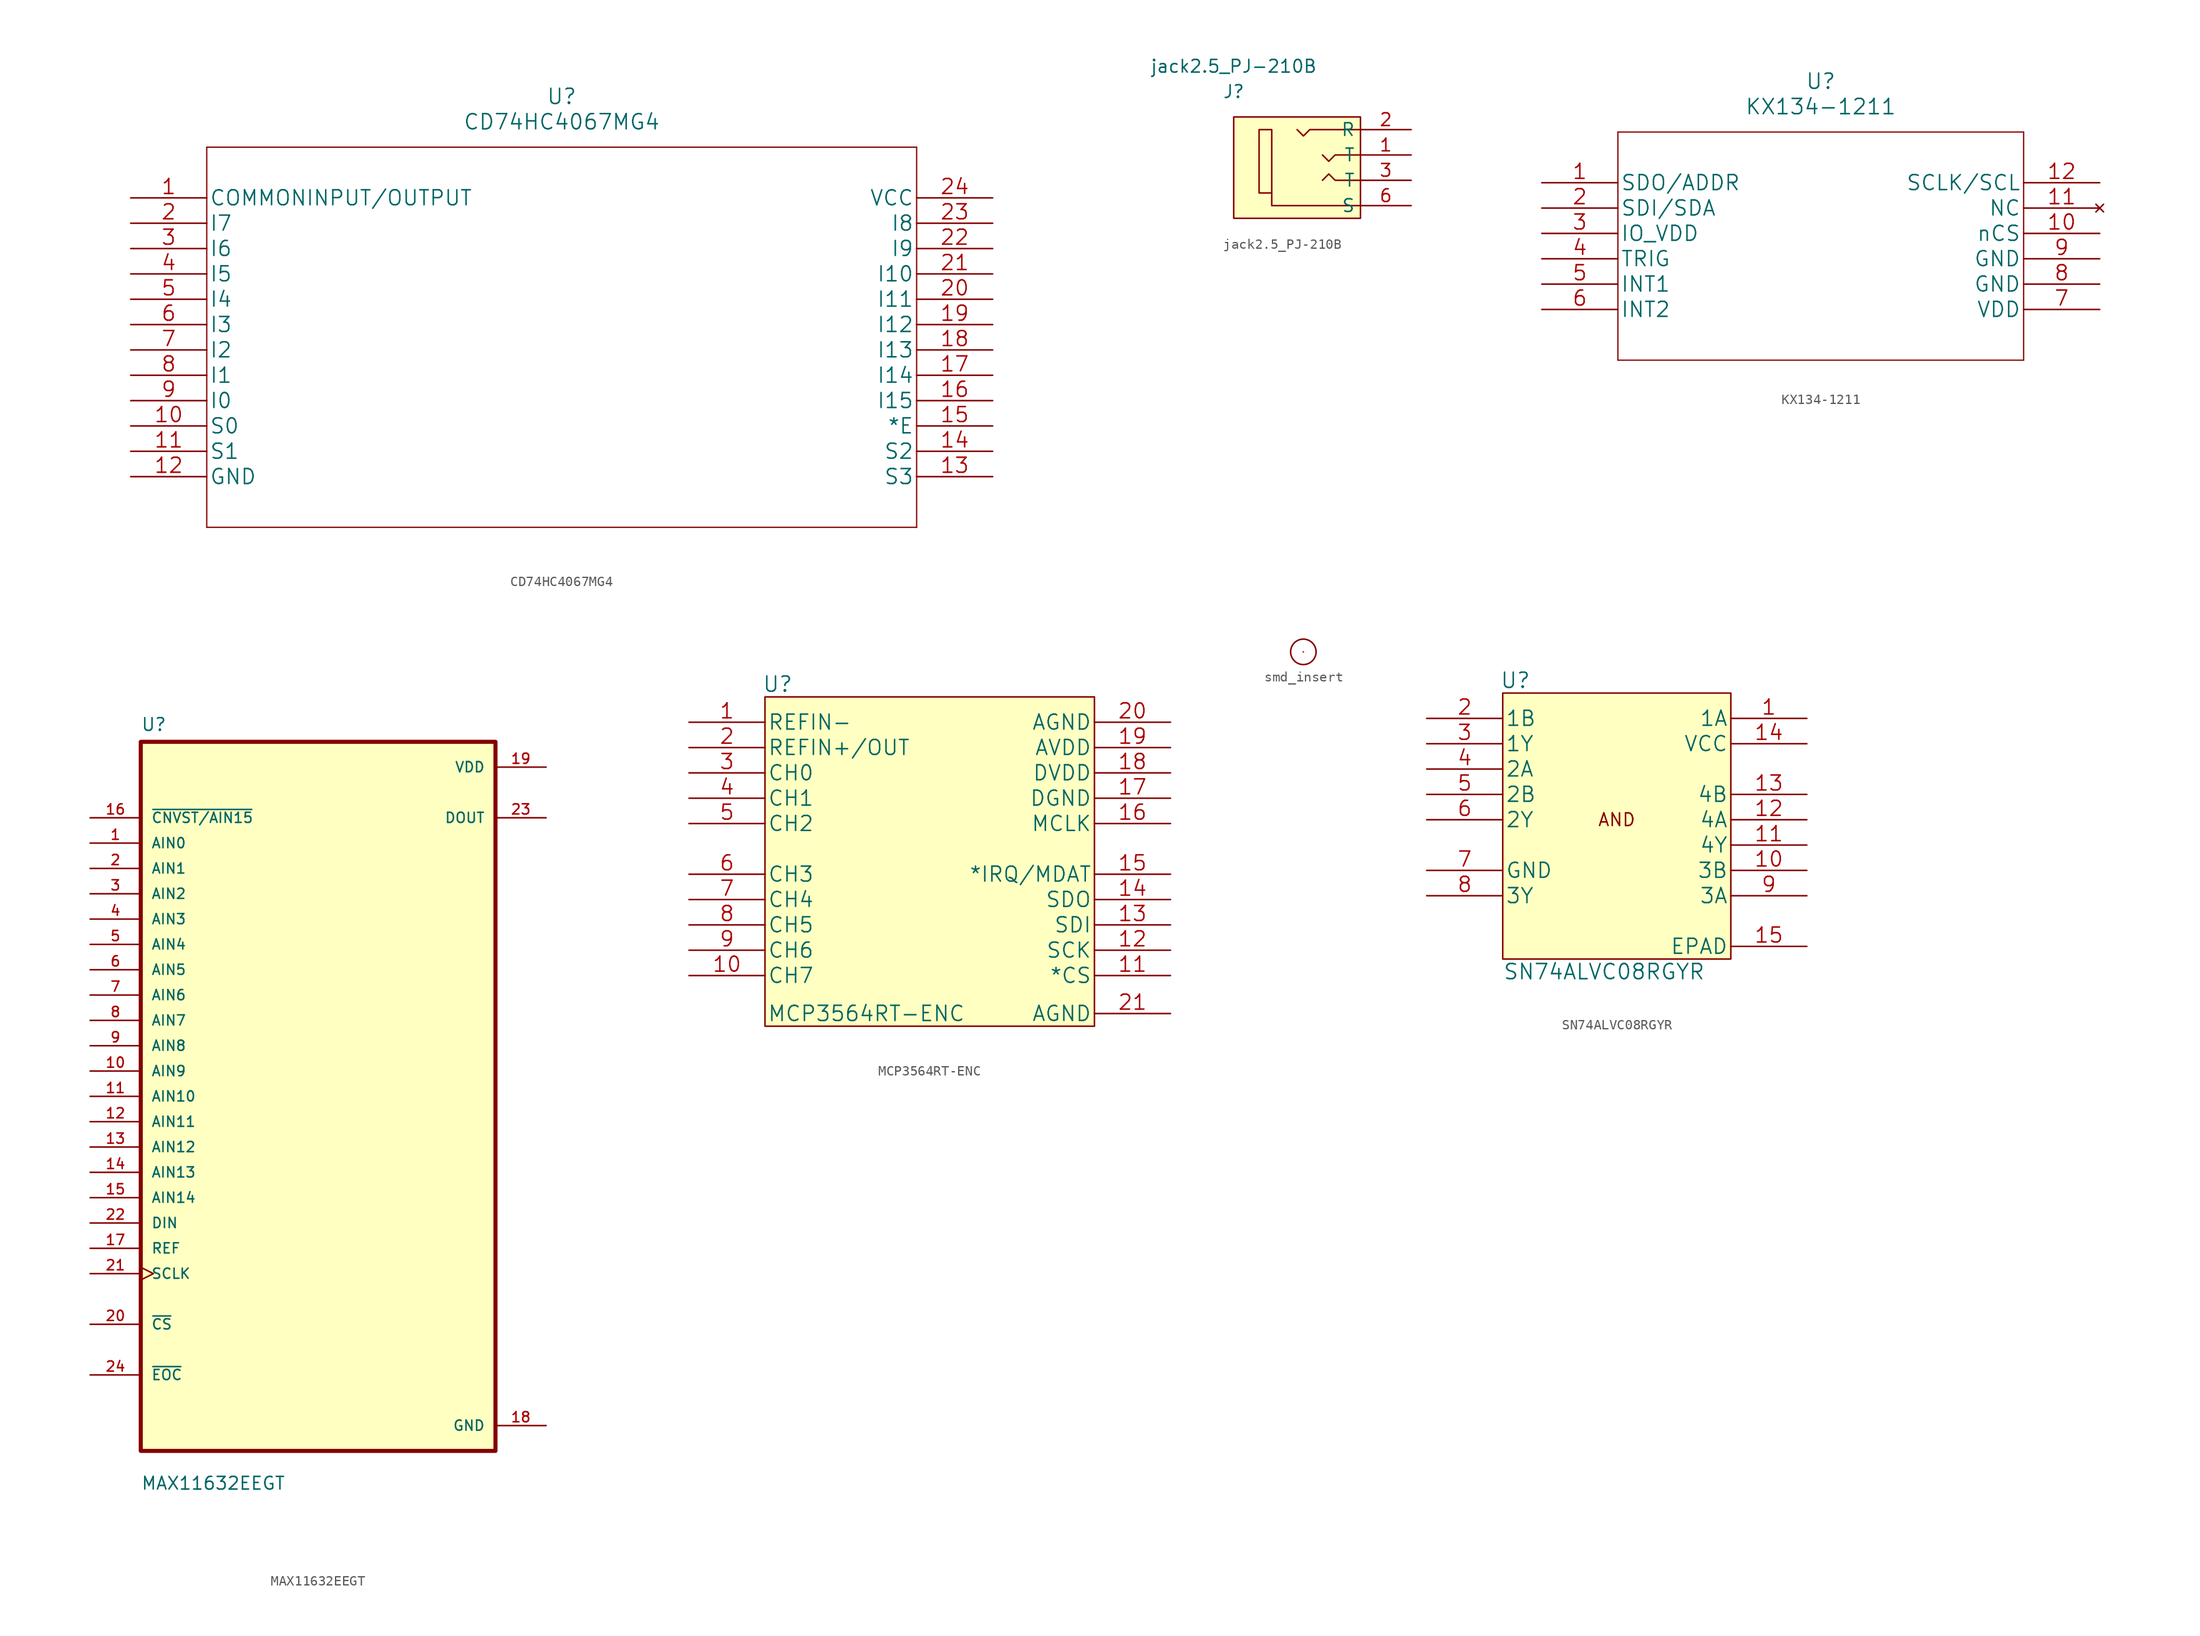
<source format=kicad_sym>
(kicad_symbol_lib
  (version 20220914)
  (generator kicad_symbol_editor)
  (symbol "CD74HC4067MG4"
    (pin_names
      (offset 0.254))
    (property "Reference" "U"
      (at 43.18 10.16 0)
      (effects (font (size 1.524 1.524))))
    (property "Value" "CD74HC4067MG4"
      (at 43.18 7.62 0)
      (effects (font (size 1.524 1.524))))
    (property "Datasheet" ""
      (at 0 0 0)
      (effects (font (size 1.524 1.524))))
    (property "ki_locked" ""
      (at 0 0 0)
      (effects (font (size 1.27 1.27))))
    (symbol "CD74HC4067MG4_1_1"
      (polyline (pts (xy 7.62 -33.02) (xy 78.74 -33.02)) (stroke (width 0.127) (type default)) (fill (type none)))
      (polyline (pts (xy 7.62 5.08) (xy 7.62 -33.02)) (stroke (width 0.127) (type default)) (fill (type none)))
      (polyline (pts (xy 78.74 -33.02) (xy 78.74 5.08)) (stroke (width 0.127) (type default)) (fill (type none)))
      (polyline (pts (xy 78.74 5.08) (xy 7.62 5.08)) (stroke (width 0.127) (type default)) (fill (type none)))
      (pin bidirectional line (at 0 0 0) (length 7.62) (name "COMMONINPUT/OUTPUT" (effects (font (size 1.499 1.499)))) (number "1" (effects (font (size 1.499 1.499)))))
      (pin output line (at 0 -22.86 0) (length 7.62) (name "S0" (effects (font (size 1.499 1.499)))) (number "10" (effects (font (size 1.499 1.499)))))
      (pin output line (at 0 -25.4 0) (length 7.62) (name "S1" (effects (font (size 1.499 1.499)))) (number "11" (effects (font (size 1.499 1.499)))))
      (pin power_in line (at 0 -27.94 0) (length 7.62) (name "GND" (effects (font (size 1.499 1.499)))) (number "12" (effects (font (size 1.499 1.499)))))
      (pin output line (at 86.36 -27.94 180) (length 7.62) (name "S3" (effects (font (size 1.499 1.499)))) (number "13" (effects (font (size 1.499 1.499)))))
      (pin output line (at 86.36 -25.4 180) (length 7.62) (name "S2" (effects (font (size 1.499 1.499)))) (number "14" (effects (font (size 1.499 1.499)))))
      (pin input line (at 86.36 -22.86 180) (length 7.62) (name "*E" (effects (font (size 1.499 1.499)))) (number "15" (effects (font (size 1.499 1.499)))))
      (pin input line (at 86.36 -20.32 180) (length 7.62) (name "I15" (effects (font (size 1.499 1.499)))) (number "16" (effects (font (size 1.499 1.499)))))
      (pin input line (at 86.36 -17.78 180) (length 7.62) (name "I14" (effects (font (size 1.499 1.499)))) (number "17" (effects (font (size 1.499 1.499)))))
      (pin input line (at 86.36 -15.24 180) (length 7.62) (name "I13" (effects (font (size 1.499 1.499)))) (number "18" (effects (font (size 1.499 1.499)))))
      (pin input line (at 86.36 -12.7 180) (length 7.62) (name "I12" (effects (font (size 1.499 1.499)))) (number "19" (effects (font (size 1.499 1.499)))))
      (pin input line (at 0 -2.54 0) (length 7.62) (name "I7" (effects (font (size 1.499 1.499)))) (number "2" (effects (font (size 1.499 1.499)))))
      (pin input line (at 86.36 -10.16 180) (length 7.62) (name "I11" (effects (font (size 1.499 1.499)))) (number "20" (effects (font (size 1.499 1.499)))))
      (pin input line (at 86.36 -7.62 180) (length 7.62) (name "I10" (effects (font (size 1.499 1.499)))) (number "21" (effects (font (size 1.499 1.499)))))
      (pin input line (at 86.36 -5.08 180) (length 7.62) (name "I9" (effects (font (size 1.499 1.499)))) (number "22" (effects (font (size 1.499 1.499)))))
      (pin input line (at 86.36 -2.54 180) (length 7.62) (name "I8" (effects (font (size 1.499 1.499)))) (number "23" (effects (font (size 1.499 1.499)))))
      (pin power_in line (at 86.36 0 180) (length 7.62) (name "VCC" (effects (font (size 1.499 1.499)))) (number "24" (effects (font (size 1.499 1.499)))))
      (pin input line (at 0 -5.08 0) (length 7.62) (name "I6" (effects (font (size 1.499 1.499)))) (number "3" (effects (font (size 1.499 1.499)))))
      (pin input line (at 0 -7.62 0) (length 7.62) (name "I5" (effects (font (size 1.499 1.499)))) (number "4" (effects (font (size 1.499 1.499)))))
      (pin input line (at 0 -10.16 0) (length 7.62) (name "I4" (effects (font (size 1.499 1.499)))) (number "5" (effects (font (size 1.499 1.499)))))
      (pin input line (at 0 -12.7 0) (length 7.62) (name "I3" (effects (font (size 1.499 1.499)))) (number "6" (effects (font (size 1.499 1.499)))))
      (pin input line (at 0 -15.24 0) (length 7.62) (name "I2" (effects (font (size 1.499 1.499)))) (number "7" (effects (font (size 1.499 1.499)))))
      (pin input line (at 0 -17.78 0) (length 7.62) (name "I1" (effects (font (size 1.499 1.499)))) (number "8" (effects (font (size 1.499 1.499)))))
      (pin input line (at 0 -20.32 0) (length 7.62) (name "I0" (effects (font (size 1.499 1.499)))) (number "9" (effects (font (size 1.499 1.499)))))))
  (symbol "jack2.5_PJ-210B"
    (property "Reference" "J"
      (at 0 2.54 0)
      (effects (font (size 1.27 1.27))))
    (property "Value" "jack2.5_PJ-210B"
      (at 0 5.08 0)
      (effects (font (size 1.27 1.27))))
    (symbol "jack2.5_PJ-210B_0_1"
      (polyline (pts (xy 12.7 -6.35) (xy 10.16 -6.35) (xy 9.525 -5.715) (xy 8.89 -6.35)) (stroke (width 0) (type default)) (fill (type none)))
      (polyline (pts (xy 12.7 -3.81) (xy 10.16 -3.81) (xy 9.525 -4.445) (xy 8.89 -3.81)) (stroke (width 0) (type default)) (fill (type none)))
      (polyline (pts (xy 12.7 -1.27) (xy 7.62 -1.27) (xy 6.985 -1.905) (xy 6.35 -1.27)) (stroke (width 0) (type default)) (fill (type none)))
      (polyline (pts (xy 12.7 -8.89) (xy 3.81 -8.89) (xy 3.81 -1.27) (xy 2.54 -1.27) (xy 2.54 -7.62) (xy 3.81 -7.62)) (stroke (width 0) (type default)) (fill (type none)))
      (rectangle (start 12.7 0) (end 0 -10.16) (stroke (width 0) (type default)) (fill (type background))))
    (symbol "jack2.5_PJ-210B_1_1"
      (pin passive line (at 17.78 -3.81 180) (length 5.08) (name "T" (effects (font (size 1.27 1.27)))) (number "1" (effects (font (size 1.27 1.27)))))
      (pin passive line (at 17.78 -1.27 180) (length 5.08) (name "R" (effects (font (size 1.27 1.27)))) (number "2" (effects (font (size 1.27 1.27)))))
      (pin passive line (at 17.78 -6.35 180) (length 5.08) (name "T" (effects (font (size 1.27 1.27)))) (number "3" (effects (font (size 1.27 1.27)))))
      (pin passive line (at 17.78 -8.89 180) (length 5.08) (name "S" (effects (font (size 1.27 1.27)))) (number "6" (effects (font (size 1.27 1.27)))))))
  (symbol "KX134-1211"
    (pin_names
      (offset 0.254))
    (property "Reference" "U"
      (at 27.94 10.16 0)
      (effects (font (size 1.524 1.524))))
    (property "Value" "KX134-1211"
      (at 27.94 7.62 0)
      (effects (font (size 1.524 1.524))))
    (property "Datasheet" ""
      (at 0 0 0)
      (effects (font (size 1.524 1.524))))
    (property "ki_locked" ""
      (at 0 0 0)
      (effects (font (size 1.27 1.27))))
    (symbol "KX134-1211_1_1"
      (polyline (pts (xy 7.62 -17.78) (xy 48.26 -17.78)) (stroke (width 0.127) (type default)) (fill (type none)))
      (polyline (pts (xy 7.62 5.08) (xy 7.62 -17.78)) (stroke (width 0.127) (type default)) (fill (type none)))
      (polyline (pts (xy 48.26 -17.78) (xy 48.26 5.08)) (stroke (width 0.127) (type default)) (fill (type none)))
      (polyline (pts (xy 48.26 5.08) (xy 7.62 5.08)) (stroke (width 0.127) (type default)) (fill (type none)))
      (pin bidirectional line (at 0 0 0) (length 7.62) (name "SDO/ADDR" (effects (font (size 1.499 1.499)))) (number "1" (effects (font (size 1.499 1.499)))))
      (pin input line (at 55.88 -5.08 180) (length 7.62) (name "nCS" (effects (font (size 1.499 1.499)))) (number "10" (effects (font (size 1.499 1.499)))))
      (pin no_connect line (at 55.88 -2.54 180) (length 7.62) (name "NC" (effects (font (size 1.499 1.499)))) (number "11" (effects (font (size 1.499 1.499)))))
      (pin input line (at 55.88 0 180) (length 7.62) (name "SCLK/SCL" (effects (font (size 1.499 1.499)))) (number "12" (effects (font (size 1.499 1.499)))))
      (pin bidirectional line (at 0 -2.54 0) (length 7.62) (name "SDI/SDA" (effects (font (size 1.499 1.499)))) (number "2" (effects (font (size 1.499 1.499)))))
      (pin power_in line (at 0 -5.08 0) (length 7.62) (name "IO_VDD" (effects (font (size 1.499 1.499)))) (number "3" (effects (font (size 1.499 1.499)))))
      (pin input line (at 0 -7.62 0) (length 7.62) (name "TRIG" (effects (font (size 1.499 1.499)))) (number "4" (effects (font (size 1.499 1.499)))))
      (pin output line (at 0 -10.16 0) (length 7.62) (name "INT1" (effects (font (size 1.499 1.499)))) (number "5" (effects (font (size 1.499 1.499)))))
      (pin output line (at 0 -12.7 0) (length 7.62) (name "INT2" (effects (font (size 1.499 1.499)))) (number "6" (effects (font (size 1.499 1.499)))))
      (pin power_in line (at 55.88 -12.7 180) (length 7.62) (name "VDD" (effects (font (size 1.499 1.499)))) (number "7" (effects (font (size 1.499 1.499)))))
      (pin power_in line (at 55.88 -10.16 180) (length 7.62) (name "GND" (effects (font (size 1.499 1.499)))) (number "8" (effects (font (size 1.499 1.499)))))
      (pin power_in line (at 55.88 -7.62 180) (length 7.62) (name "GND" (effects (font (size 1.499 1.499)))) (number "9" (effects (font (size 1.499 1.499)))))))
  (symbol "MAX11632EEGT"
    (pin_names
      (offset 1.016))
    (property "Reference" "U"
      (at -17.78 36.551 0)
      (effects (font (size 1.27 1.27)) (justify left bottom)))
    (property "Value" "MAX11632EEGT"
      (at -17.78 -39.548 0)
      (effects (font (size 1.27 1.27)) (justify left bottom)))
    (symbol "MAX11632EEGT_0_0"
      (rectangle (start -17.78 -35.56) (end 17.78 35.56) (stroke (width 0.406) (type default)) (fill (type background)))
      (pin input line (at -22.86 25.4 0) (length 5.08) (name "AIN0" (effects (font (size 1.016 1.016)))) (number "1" (effects (font (size 1.016 1.016)))))
      (pin input line (at -22.86 2.54 0) (length 5.08) (name "AIN9" (effects (font (size 1.016 1.016)))) (number "10" (effects (font (size 1.016 1.016)))))
      (pin input line (at -22.86 0 0) (length 5.08) (name "AIN10" (effects (font (size 1.016 1.016)))) (number "11" (effects (font (size 1.016 1.016)))))
      (pin input line (at -22.86 -2.54 0) (length 5.08) (name "AIN11" (effects (font (size 1.016 1.016)))) (number "12" (effects (font (size 1.016 1.016)))))
      (pin input line (at -22.86 -5.08 0) (length 5.08) (name "AIN12" (effects (font (size 1.016 1.016)))) (number "13" (effects (font (size 1.016 1.016)))))
      (pin input line (at -22.86 -7.62 0) (length 5.08) (name "AIN13" (effects (font (size 1.016 1.016)))) (number "14" (effects (font (size 1.016 1.016)))))
      (pin input line (at -22.86 -10.16 0) (length 5.08) (name "AIN14" (effects (font (size 1.016 1.016)))) (number "15" (effects (font (size 1.016 1.016)))))
      (pin input line (at -22.86 27.94 0) (length 5.08) (name "~{CNVST/AIN15}" (effects (font (size 1.016 1.016)))) (number "16" (effects (font (size 1.016 1.016)))))
      (pin input line (at -22.86 -15.24 0) (length 5.08) (name "REF" (effects (font (size 1.016 1.016)))) (number "17" (effects (font (size 1.016 1.016)))))
      (pin power_in line (at 22.86 -33.02 180) (length 5.08) (name "GND" (effects (font (size 1.016 1.016)))) (number "18" (effects (font (size 1.016 1.016)))))
      (pin power_in line (at 22.86 33.02 180) (length 5.08) (name "VDD" (effects (font (size 1.016 1.016)))) (number "19" (effects (font (size 1.016 1.016)))))
      (pin input line (at -22.86 22.86 0) (length 5.08) (name "AIN1" (effects (font (size 1.016 1.016)))) (number "2" (effects (font (size 1.016 1.016)))))
      (pin bidirectional line (at -22.86 -22.86 0) (length 5.08) (name "~{CS}" (effects (font (size 1.016 1.016)))) (number "20" (effects (font (size 1.016 1.016)))))
      (pin input clock (at -22.86 -17.78 0) (length 5.08) (name "SCLK" (effects (font (size 1.016 1.016)))) (number "21" (effects (font (size 1.016 1.016)))))
      (pin input line (at -22.86 -12.7 0) (length 5.08) (name "DIN" (effects (font (size 1.016 1.016)))) (number "22" (effects (font (size 1.016 1.016)))))
      (pin output line (at 22.86 27.94 180) (length 5.08) (name "DOUT" (effects (font (size 1.016 1.016)))) (number "23" (effects (font (size 1.016 1.016)))))
      (pin bidirectional line (at -22.86 -27.94 0) (length 5.08) (name "~{EOC}" (effects (font (size 1.016 1.016)))) (number "24" (effects (font (size 1.016 1.016)))))
      (pin input line (at -22.86 20.32 0) (length 5.08) (name "AIN2" (effects (font (size 1.016 1.016)))) (number "3" (effects (font (size 1.016 1.016)))))
      (pin input line (at -22.86 17.78 0) (length 5.08) (name "AIN3" (effects (font (size 1.016 1.016)))) (number "4" (effects (font (size 1.016 1.016)))))
      (pin input line (at -22.86 15.24 0) (length 5.08) (name "AIN4" (effects (font (size 1.016 1.016)))) (number "5" (effects (font (size 1.016 1.016)))))
      (pin input line (at -22.86 12.7 0) (length 5.08) (name "AIN5" (effects (font (size 1.016 1.016)))) (number "6" (effects (font (size 1.016 1.016)))))
      (pin input line (at -22.86 10.16 0) (length 5.08) (name "AIN6" (effects (font (size 1.016 1.016)))) (number "7" (effects (font (size 1.016 1.016)))))
      (pin input line (at -22.86 7.62 0) (length 5.08) (name "AIN7" (effects (font (size 1.016 1.016)))) (number "8" (effects (font (size 1.016 1.016)))))
      (pin input line (at -22.86 5.08 0) (length 5.08) (name "AIN8" (effects (font (size 1.016 1.016)))) (number "9" (effects (font (size 1.016 1.016)))))))
  (symbol "MCP3564RT-ENC"
    (pin_names
      (offset 0.254))
    (property "Reference" "U"
      (at 8.89 3.81 0)
      (effects (font (size 1.524 1.524))))
    (property "Value" "MCP3564RT-ENC"
      (at 17.78 -29.21 0)
      (effects (font (size 1.524 1.524))))
    (property "Datasheet" ""
      (at 0 0 0)
      (effects (font (size 1.524 1.524))))
    (property "ki_locked" ""
      (at 0 0 0)
      (effects (font (size 1.27 1.27))))
    (symbol "MCP3564RT-ENC_1_1"
      (rectangle (start 7.62 2.54) (end 40.64 -30.48) (stroke (width 0) (type default)) (fill (type background)))
      (pin input line (at 0 0 0) (length 7.62) (name "REFIN-" (effects (font (size 1.499 1.499)))) (number "1" (effects (font (size 1.499 1.499)))))
      (pin input line (at 0 -25.4 0) (length 7.62) (name "CH7" (effects (font (size 1.499 1.499)))) (number "10" (effects (font (size 1.499 1.499)))))
      (pin input line (at 48.26 -25.4 180) (length 7.62) (name "*CS" (effects (font (size 1.499 1.499)))) (number "11" (effects (font (size 1.499 1.499)))))
      (pin input line (at 48.26 -22.86 180) (length 7.62) (name "SCK" (effects (font (size 1.499 1.499)))) (number "12" (effects (font (size 1.499 1.499)))))
      (pin input line (at 48.26 -20.32 180) (length 7.62) (name "SDI" (effects (font (size 1.499 1.499)))) (number "13" (effects (font (size 1.499 1.499)))))
      (pin output line (at 48.26 -17.78 180) (length 7.62) (name "SDO" (effects (font (size 1.499 1.499)))) (number "14" (effects (font (size 1.499 1.499)))))
      (pin output line (at 48.26 -15.24 180) (length 7.62) (name "*IRQ/MDAT" (effects (font (size 1.499 1.499)))) (number "15" (effects (font (size 1.499 1.499)))))
      (pin bidirectional line (at 48.26 -10.16 180) (length 7.62) (name "MCLK" (effects (font (size 1.499 1.499)))) (number "16" (effects (font (size 1.499 1.499)))))
      (pin power_in line (at 48.26 -7.62 180) (length 7.62) (name "DGND" (effects (font (size 1.499 1.499)))) (number "17" (effects (font (size 1.499 1.499)))))
      (pin power_in line (at 48.26 -5.08 180) (length 7.62) (name "DVDD" (effects (font (size 1.499 1.499)))) (number "18" (effects (font (size 1.499 1.499)))))
      (pin power_in line (at 48.26 -2.54 180) (length 7.62) (name "AVDD" (effects (font (size 1.499 1.499)))) (number "19" (effects (font (size 1.499 1.499)))))
      (pin bidirectional line (at 0 -2.54 0) (length 7.62) (name "REFIN+/OUT" (effects (font (size 1.499 1.499)))) (number "2" (effects (font (size 1.499 1.499)))))
      (pin power_in line (at 48.26 0 180) (length 7.62) (name "AGND" (effects (font (size 1.499 1.499)))) (number "20" (effects (font (size 1.499 1.499)))))
      (pin power_in line (at 48.26 -29.21 180) (length 7.62) (name "AGND" (effects (font (size 1.499 1.499)))) (number "21" (effects (font (size 1.499 1.499)))))
      (pin input line (at 0 -5.08 0) (length 7.62) (name "CH0" (effects (font (size 1.499 1.499)))) (number "3" (effects (font (size 1.499 1.499)))))
      (pin input line (at 0 -7.62 0) (length 7.62) (name "CH1" (effects (font (size 1.499 1.499)))) (number "4" (effects (font (size 1.499 1.499)))))
      (pin input line (at 0 -10.16 0) (length 7.62) (name "CH2" (effects (font (size 1.499 1.499)))) (number "5" (effects (font (size 1.499 1.499)))))
      (pin input line (at 0 -15.24 0) (length 7.62) (name "CH3" (effects (font (size 1.499 1.499)))) (number "6" (effects (font (size 1.499 1.499)))))
      (pin input line (at 0 -17.78 0) (length 7.62) (name "CH4" (effects (font (size 1.499 1.499)))) (number "7" (effects (font (size 1.499 1.499)))))
      (pin input line (at 0 -20.32 0) (length 7.62) (name "CH5" (effects (font (size 1.499 1.499)))) (number "8" (effects (font (size 1.499 1.499)))))
      (pin input line (at 0 -22.86 0) (length 7.62) (name "CH6" (effects (font (size 1.499 1.499)))) (number "9" (effects (font (size 1.499 1.499)))))))
  (symbol "smd_insert"
    (pin_numbers hide)
    (pin_names
      (offset 0) hide)
    (property "Reference" "I"
      (at 0 2.54 0)
      (effects (font (size 1.27 1.27)) hide))
    (symbol "smd_insert_0_1"
      (circle (center 0 0) (radius 1.27) (stroke (width 0) (type default)) (fill (type none))))
    (symbol "smd_insert_1_1"
      (pin power_in line (at 0 0 180) (length 0) (name "conn" (effects (font (size 1.27 1.27)))) (number "1" (effects (font (size 1.27 1.27)))))))
  (symbol "SN74ALVC08RGYR"
    (pin_names
      (offset 0.254))
    (property "Reference" "U"
      (at 8.89 3.81 0)
      (effects (font (size 1.524 1.524))))
    (property "Value" "SN74ALVC08RGYR"
      (at 17.78 -25.4 0)
      (effects (font (size 1.524 1.524))))
    (property "Datasheet" ""
      (at 0 0 0)
      (effects (font (size 1.524 1.524))))
    (symbol "SN74ALVC08RGYR_0_0"
      (text "AND" (at 19.05 -10.16 0) (effects (font (size 1.27 1.27)))))
    (symbol "SN74ALVC08RGYR_1_1"
      (rectangle (start 7.62 2.54) (end 30.48 -24.13) (stroke (width 0) (type default)) (fill (type background)))
      (pin input line (at 38.1 0 180) (length 7.62) (name "1A" (effects (font (size 1.499 1.499)))) (number "1" (effects (font (size 1.499 1.499)))))
      (pin input line (at 38.1 -15.24 180) (length 7.62) (name "3B" (effects (font (size 1.499 1.499)))) (number "10" (effects (font (size 1.499 1.499)))))
      (pin output line (at 38.1 -12.7 180) (length 7.62) (name "4Y" (effects (font (size 1.499 1.499)))) (number "11" (effects (font (size 1.499 1.499)))))
      (pin input line (at 38.1 -10.16 180) (length 7.62) (name "4A" (effects (font (size 1.499 1.499)))) (number "12" (effects (font (size 1.499 1.499)))))
      (pin input line (at 38.1 -7.62 180) (length 7.62) (name "4B" (effects (font (size 1.499 1.499)))) (number "13" (effects (font (size 1.499 1.499)))))
      (pin power_in line (at 38.1 -2.54 180) (length 7.62) (name "VCC" (effects (font (size 1.499 1.499)))) (number "14" (effects (font (size 1.499 1.499)))))
      (pin unspecified line (at 38.1 -22.86 180) (length 7.62) (name "EPAD" (effects (font (size 1.499 1.499)))) (number "15" (effects (font (size 1.499 1.499)))))
      (pin input line (at 0 0 0) (length 7.62) (name "1B" (effects (font (size 1.499 1.499)))) (number "2" (effects (font (size 1.499 1.499)))))
      (pin output line (at 0 -2.54 0) (length 7.62) (name "1Y" (effects (font (size 1.499 1.499)))) (number "3" (effects (font (size 1.499 1.499)))))
      (pin input line (at 0 -5.08 0) (length 7.62) (name "2A" (effects (font (size 1.499 1.499)))) (number "4" (effects (font (size 1.499 1.499)))))
      (pin input line (at 0 -7.62 0) (length 7.62) (name "2B" (effects (font (size 1.499 1.499)))) (number "5" (effects (font (size 1.499 1.499)))))
      (pin output line (at 0 -10.16 0) (length 7.62) (name "2Y" (effects (font (size 1.499 1.499)))) (number "6" (effects (font (size 1.499 1.499)))))
      (pin power_in line (at 0 -15.24 0) (length 7.62) (name "GND" (effects (font (size 1.499 1.499)))) (number "7" (effects (font (size 1.499 1.499)))))
      (pin output line (at 0 -17.78 0) (length 7.62) (name "3Y" (effects (font (size 1.499 1.499)))) (number "8" (effects (font (size 1.499 1.499)))))
      (pin input line (at 38.1 -17.78 180) (length 7.62) (name "3A" (effects (font (size 1.499 1.499)))) (number "9" (effects (font (size 1.499 1.499))))))))
</source>
